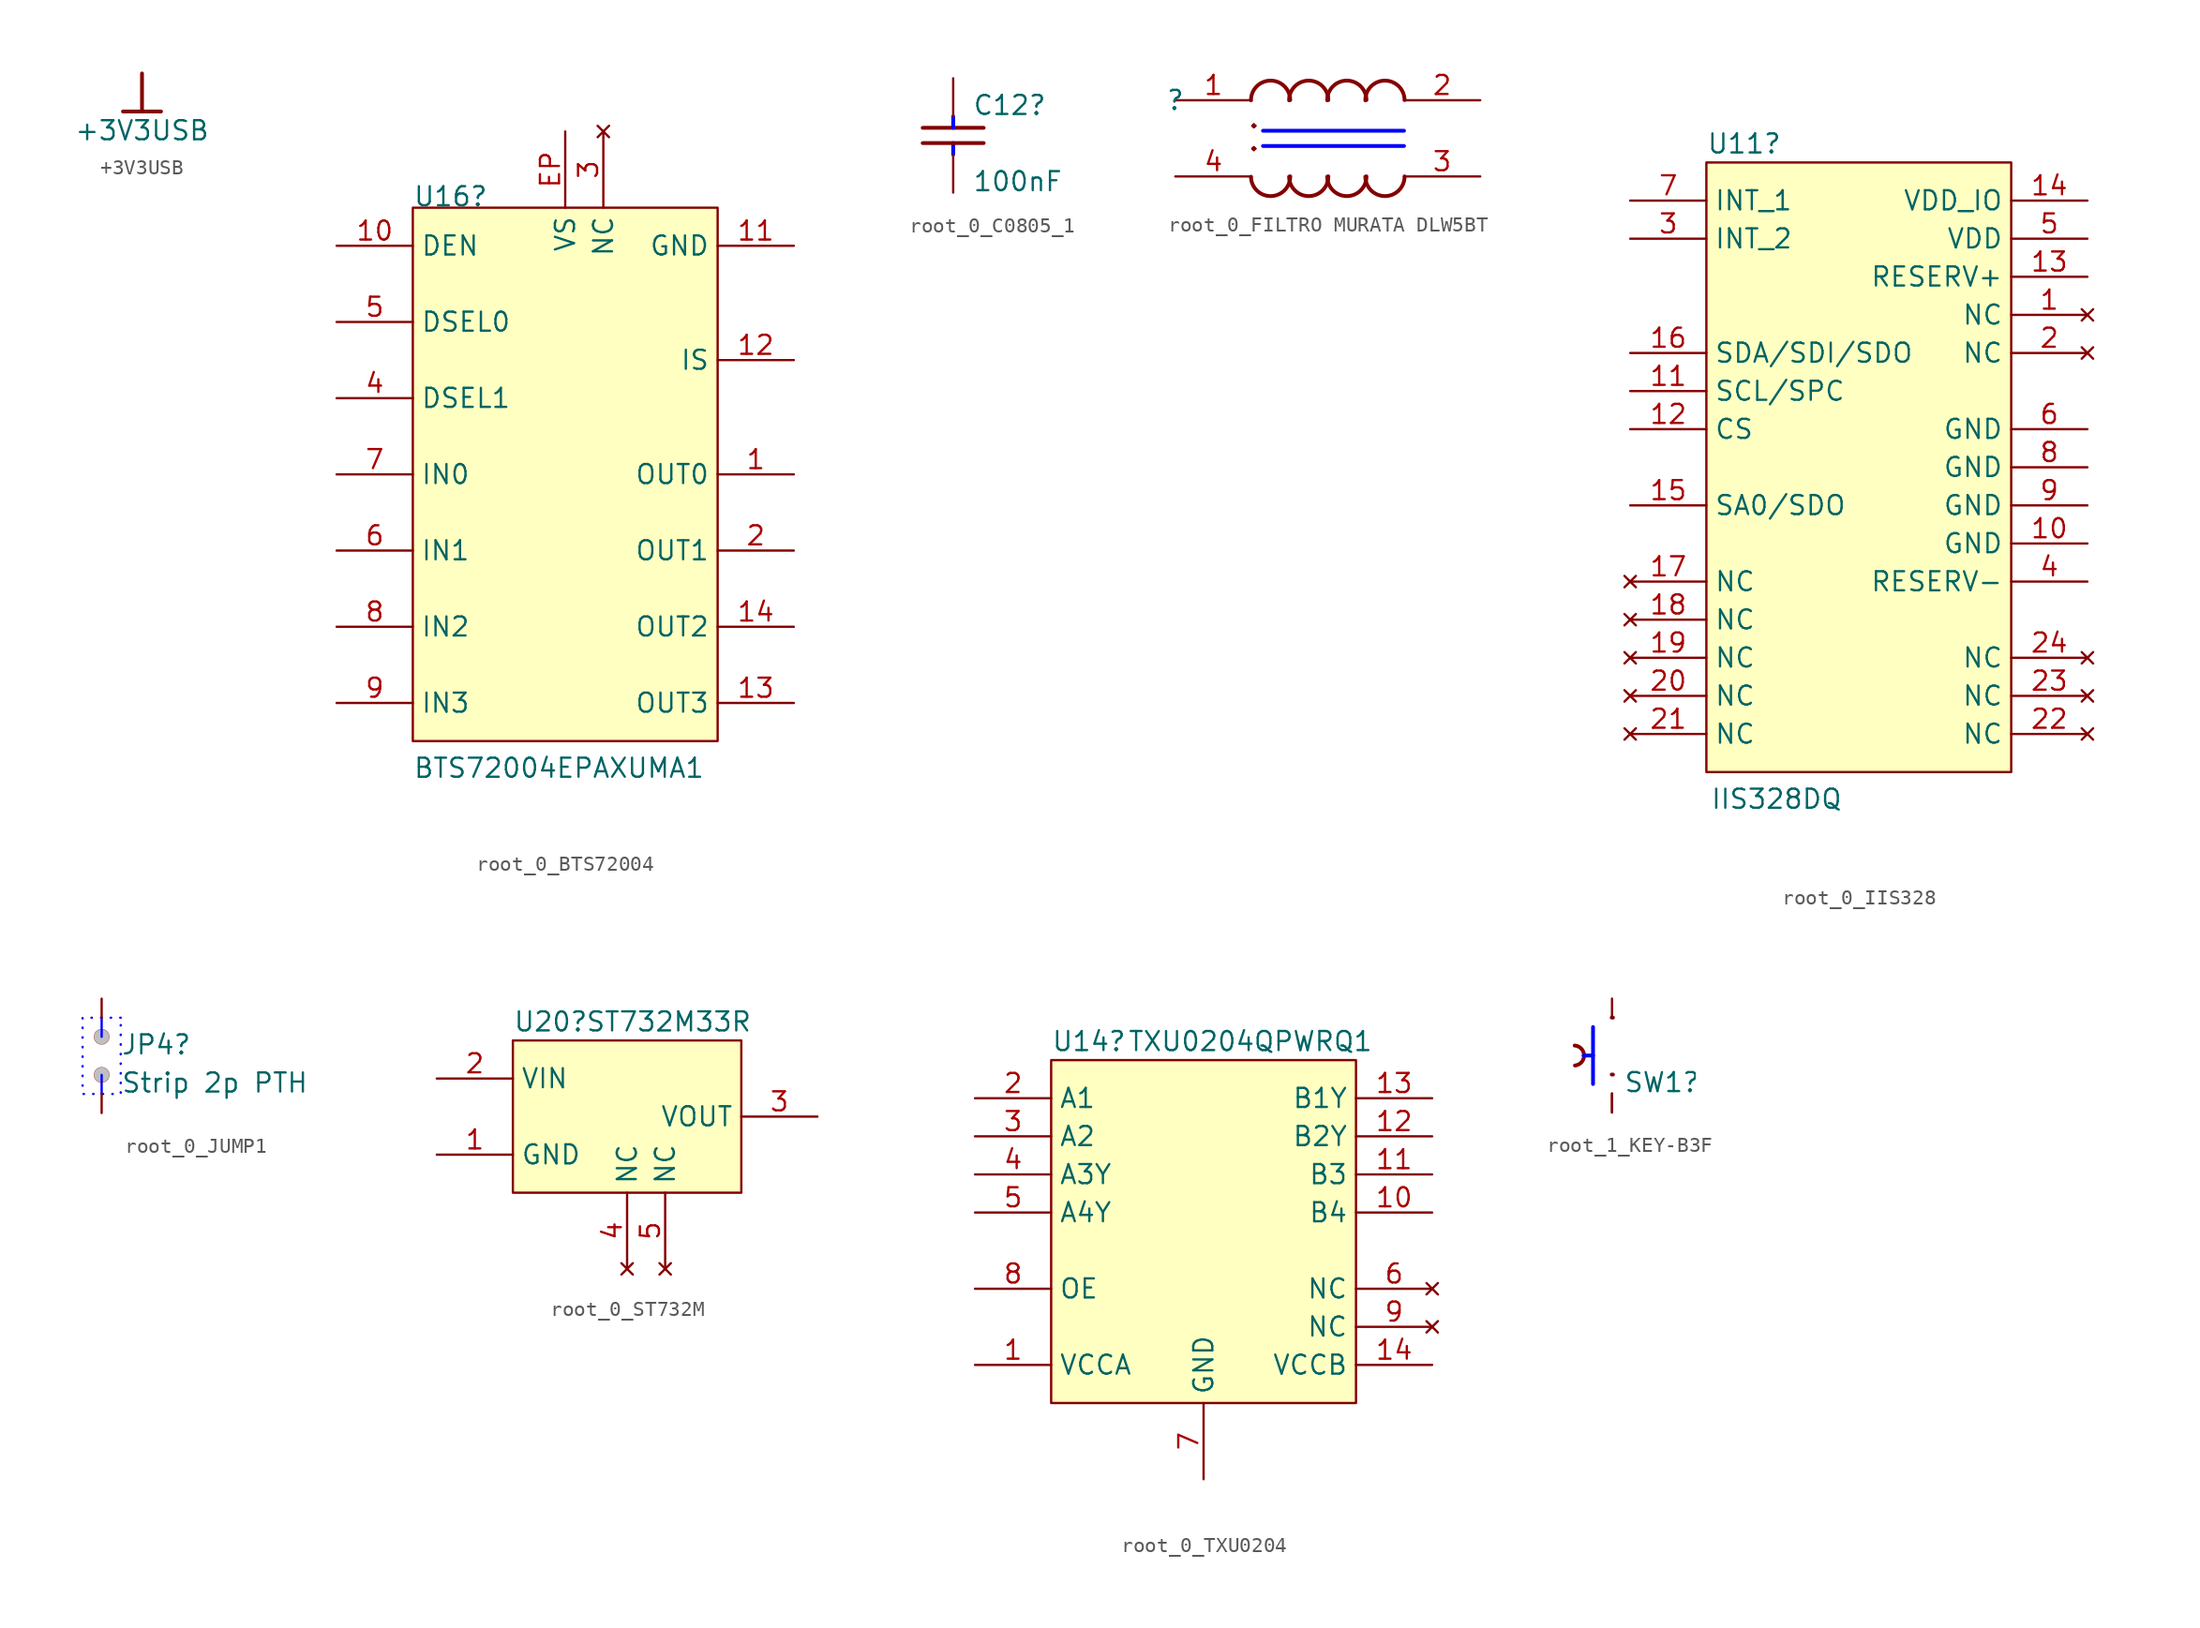
<source format=kicad_sym>
(kicad_symbol_lib
  (version 20220914)
  (generator kicad_symbol_editor)
  (symbol "+3V3USB"
    (power)
    (property "Reference" "#PWR02"
      (at 0 2.54 0)
      (effects (font (size 1.27 1.27)) hide))
    (property "Value" "+3V3USB"
      (at 0 -3.81 0)
      (effects (font (size 1.27 1.27))))
    (symbol "+3V3USB_0_0"
      (polyline (pts (xy -1.27 -2.54) (xy 1.27 -2.54)) (stroke (width 0.254) (type solid)) (fill (type none)))
      (polyline (pts (xy 0 0) (xy 0 -2.54)) (stroke (width 0.254) (type solid)) (fill (type none)))
      (pin power_in line (at 0 0 0) (length 0) hide (name "+3V3USB" (effects (font (size 1.27 1.27)))) (number "" (effects (font (size 1.27 1.27)))))))
  (symbol "root_0_BTS72004"
    (property "Reference" "U16"
      (at 0 0 0)
      (effects (font (size 1.27 1.27)) (justify left bottom)))
    (property "Value" "BTS72004EPAXUMA1"
      (at 0 -38.1 0)
      (effects (font (size 1.27 1.27)) (justify left bottom)))
    (symbol "root_0_BTS72004_1_0"
      (rectangle (start 20.32 0) (end 0 -35.56) (stroke (width 0) (type solid)) (fill (type background)))
      (pin passive line (at 25.4 -17.78 180) (length 5.08) (name "OUT0" (effects (font (size 1.27 1.27)))) (number "1" (effects (font (size 1.27 1.27)))))
      (pin passive line (at -5.08 -2.54 0) (length 5.08) (name "DEN" (effects (font (size 1.27 1.27)))) (number "10" (effects (font (size 1.27 1.27)))))
      (pin power_in line (at 25.4 -2.54 180) (length 5.08) (name "GND" (effects (font (size 1.27 1.27)))) (number "11" (effects (font (size 1.27 1.27)))))
      (pin passive line (at 25.4 -10.16 180) (length 5.08) (name "IS" (effects (font (size 1.27 1.27)))) (number "12" (effects (font (size 1.27 1.27)))))
      (pin passive line (at 25.4 -33.02 180) (length 5.08) (name "OUT3" (effects (font (size 1.27 1.27)))) (number "13" (effects (font (size 1.27 1.27)))))
      (pin passive line (at 25.4 -27.94 180) (length 5.08) (name "OUT2" (effects (font (size 1.27 1.27)))) (number "14" (effects (font (size 1.27 1.27)))))
      (pin passive line (at 25.4 -22.86 180) (length 5.08) (name "OUT1" (effects (font (size 1.27 1.27)))) (number "2" (effects (font (size 1.27 1.27)))))
      (pin no_connect line (at 12.7 5.08 270) (length 5.08) (name "NC" (effects (font (size 1.27 1.27)))) (number "3" (effects (font (size 1.27 1.27)))))
      (pin passive line (at -5.08 -12.7 0) (length 5.08) (name "DSEL1" (effects (font (size 1.27 1.27)))) (number "4" (effects (font (size 1.27 1.27)))))
      (pin passive line (at -5.08 -7.62 0) (length 5.08) (name "DSEL0" (effects (font (size 1.27 1.27)))) (number "5" (effects (font (size 1.27 1.27)))))
      (pin passive line (at -5.08 -22.86 0) (length 5.08) (name "IN1" (effects (font (size 1.27 1.27)))) (number "6" (effects (font (size 1.27 1.27)))))
      (pin passive line (at -5.08 -17.78 0) (length 5.08) (name "IN0" (effects (font (size 1.27 1.27)))) (number "7" (effects (font (size 1.27 1.27)))))
      (pin passive line (at -5.08 -27.94 0) (length 5.08) (name "IN2" (effects (font (size 1.27 1.27)))) (number "8" (effects (font (size 1.27 1.27)))))
      (pin passive line (at -5.08 -33.02 0) (length 5.08) (name "IN3" (effects (font (size 1.27 1.27)))) (number "9" (effects (font (size 1.27 1.27)))))
      (pin power_in line (at 10.16 5.08 270) (length 5.08) (name "VS" (effects (font (size 1.27 1.27)))) (number "EP" (effects (font (size 1.27 1.27)))))))
  (symbol "root_0_C0805_1"
    (property "Reference" "C12"
      (at 1.27 0 0)
      (effects (font (size 1.27 1.27)) (justify left bottom)))
    (property "Value" "100nF"
      (at 1.27 -5.08 0)
      (effects (font (size 1.27 1.27)) (justify left bottom)))
    (symbol "root_0_C0805_1_1_0"
      (polyline (pts (xy -2.032 -0.762) (xy 2.032 -0.762)) (stroke (width 0.254) (type solid)) (fill (type none)))
      (polyline (pts (xy 0 -2.54) (xy 0 -1.778)) (stroke (width 0.254) (type solid) (color 0 0 255 1)) (fill (type none)))
      (polyline (pts (xy 0 0) (xy 0 -0.762)) (stroke (width 0.254) (type solid) (color 0 0 255 1)) (fill (type none)))
      (polyline (pts (xy 2.032 -1.778) (xy -2.032 -1.778)) (stroke (width 0.254) (type solid)) (fill (type none)))
      (pin passive line (at 0 2.54 270) (length 2.54) (name "1" (effects (font (size 0 0)))) (number "1" (effects (font (size 0 0)))))
      (pin passive line (at 0 -5.08 90) (length 2.54) (name "2" (effects (font (size 0 0)))) (number "2" (effects (font (size 0 0)))))))
  (symbol "root_0_FILTRO MURATA DLW5BT"
    (property "Reference" ""
      (at 0 0 0)
      (effects (font (size 1.27 1.27))))
    (property "Value" ""
      (at 0 0 0)
      (effects (font (size 1.27 1.27))))
    (symbol "root_0_FILTRO MURATA DLW5BT_1_0"
      (polyline (pts (xy 5.842 -3.048) (xy 15.24 -3.048)) (stroke (width 0.254) (type solid) (color 0 0 255 1)) (fill (type none)))
      (polyline (pts (xy 5.842 -2.032) (xy 15.24 -2.032)) (stroke (width 0.254) (type solid) (color 0 0 255 1)) (fill (type none)))
      (arc (start 5.0421 -5.0955) (mid 6.3606 -6.3879) (end 7.658 -5.0743) (stroke (width 0.254) (type solid)) (fill (type none)))
      (arc (start 7.5821 -5.0955) (mid 8.9006 -6.3879) (end 10.198 -5.0743) (stroke (width 0.254) (type solid)) (fill (type none)))
      (arc (start 7.6579 0.0155) (mid 6.3394 1.3079) (end 5.042 -0.0057) (stroke (width 0.254) (type solid)) (fill (type none)))
      (arc (start 10.1221 -5.0955) (mid 11.4406 -6.3879) (end 12.738 -5.0743) (stroke (width 0.254) (type solid)) (fill (type none)))
      (arc (start 10.1979 0.0155) (mid 8.8794 1.3079) (end 7.582 -0.0057) (stroke (width 0.254) (type solid)) (fill (type none)))
      (arc (start 12.6621 -5.0955) (mid 13.9806 -6.3879) (end 15.278 -5.0743) (stroke (width 0.254) (type solid)) (fill (type none)))
      (arc (start 12.7379 0.0155) (mid 11.4194 1.3079) (end 10.122 -0.0057) (stroke (width 0.254) (type solid)) (fill (type none)))
      (arc (start 15.2779 0.0155) (mid 13.9594 1.3079) (end 12.662 -0.0057) (stroke (width 0.254) (type solid)) (fill (type none)))
      (text "." (at 5.588 -3.81 900) (effects (font (size 2.032 2.032)) (justify left bottom)))
      (text "." (at 5.588 -2.286 900) (effects (font (size 2.032 2.032)) (justify left bottom)))
      (pin passive line (at 0 0 0) (length 5.08) (name "1" (effects (font (size 0 0)))) (number "1" (effects (font (size 1.27 1.27)))))
      (pin passive line (at 20.32 0 180) (length 5.08) (name "2" (effects (font (size 0 0)))) (number "2" (effects (font (size 1.27 1.27)))))
      (pin passive line (at 20.32 -5.08 180) (length 5.08) (name "3" (effects (font (size 0 0)))) (number "3" (effects (font (size 1.27 1.27)))))
      (pin passive line (at 0 -5.08 0) (length 5.08) (name "4" (effects (font (size 0 0)))) (number "4" (effects (font (size 1.27 1.27)))))))
  (symbol "root_0_IIS328"
    (property "Reference" "U11"
      (at 0 0.508 0)
      (effects (font (size 1.27 1.27)) (justify left bottom)))
    (property "Value" "IIS328DQ"
      (at 0.254 -43.18 0)
      (effects (font (size 1.27 1.27)) (justify left bottom)))
    (symbol "root_0_IIS328_1_0"
      (rectangle (start 0 0) (end 20.32 -40.64) (stroke (width 0) (type solid)) (fill (type background)))
      (pin no_connect line (at 25.4 -10.16 180) (length 5.08) (name "NC" (effects (font (size 1.27 1.27)))) (number "1" (effects (font (size 1.27 1.27)))))
      (pin power_in line (at 25.4 -25.4 180) (length 5.08) (name "GND" (effects (font (size 1.27 1.27)))) (number "10" (effects (font (size 1.27 1.27)))))
      (pin passive line (at -5.08 -15.24 0) (length 5.08) (name "SCL/SPC" (effects (font (size 1.27 1.27)))) (number "11" (effects (font (size 1.27 1.27)))))
      (pin passive line (at -5.08 -17.78 0) (length 5.08) (name "CS" (effects (font (size 1.27 1.27)))) (number "12" (effects (font (size 1.27 1.27)))))
      (pin passive line (at 25.4 -7.62 180) (length 5.08) (name "RESERV+" (effects (font (size 1.27 1.27)))) (number "13" (effects (font (size 1.27 1.27)))))
      (pin passive line (at 25.4 -2.54 180) (length 5.08) (name "VDD_IO" (effects (font (size 1.27 1.27)))) (number "14" (effects (font (size 1.27 1.27)))))
      (pin passive line (at -5.08 -22.86 0) (length 5.08) (name "SA0/SDO" (effects (font (size 1.27 1.27)))) (number "15" (effects (font (size 1.27 1.27)))))
      (pin passive line (at -5.08 -12.7 0) (length 5.08) (name "SDA/SDI/SDO" (effects (font (size 1.27 1.27)))) (number "16" (effects (font (size 1.27 1.27)))))
      (pin no_connect line (at -5.08 -27.94 0) (length 5.08) (name "NC" (effects (font (size 1.27 1.27)))) (number "17" (effects (font (size 1.27 1.27)))))
      (pin no_connect line (at -5.08 -30.48 0) (length 5.08) (name "NC" (effects (font (size 1.27 1.27)))) (number "18" (effects (font (size 1.27 1.27)))))
      (pin no_connect line (at -5.08 -33.02 0) (length 5.08) (name "NC" (effects (font (size 1.27 1.27)))) (number "19" (effects (font (size 1.27 1.27)))))
      (pin no_connect line (at 25.4 -12.7 180) (length 5.08) (name "NC" (effects (font (size 1.27 1.27)))) (number "2" (effects (font (size 1.27 1.27)))))
      (pin no_connect line (at -5.08 -35.56 0) (length 5.08) (name "NC" (effects (font (size 1.27 1.27)))) (number "20" (effects (font (size 1.27 1.27)))))
      (pin no_connect line (at -5.08 -38.1 0) (length 5.08) (name "NC" (effects (font (size 1.27 1.27)))) (number "21" (effects (font (size 1.27 1.27)))))
      (pin no_connect line (at 25.4 -38.1 180) (length 5.08) (name "NC" (effects (font (size 1.27 1.27)))) (number "22" (effects (font (size 1.27 1.27)))))
      (pin no_connect line (at 25.4 -35.56 180) (length 5.08) (name "NC" (effects (font (size 1.27 1.27)))) (number "23" (effects (font (size 1.27 1.27)))))
      (pin no_connect line (at 25.4 -33.02 180) (length 5.08) (name "NC" (effects (font (size 1.27 1.27)))) (number "24" (effects (font (size 1.27 1.27)))))
      (pin passive line (at -5.08 -5.08 0) (length 5.08) (name "INT_2" (effects (font (size 1.27 1.27)))) (number "3" (effects (font (size 1.27 1.27)))))
      (pin passive line (at 25.4 -27.94 180) (length 5.08) (name "RESERV-" (effects (font (size 1.27 1.27)))) (number "4" (effects (font (size 1.27 1.27)))))
      (pin passive line (at 25.4 -5.08 180) (length 5.08) (name "VDD" (effects (font (size 1.27 1.27)))) (number "5" (effects (font (size 1.27 1.27)))))
      (pin power_in line (at 25.4 -17.78 180) (length 5.08) (name "GND" (effects (font (size 1.27 1.27)))) (number "6" (effects (font (size 1.27 1.27)))))
      (pin passive line (at -5.08 -2.54 0) (length 5.08) (name "INT_1" (effects (font (size 1.27 1.27)))) (number "7" (effects (font (size 1.27 1.27)))))
      (pin power_in line (at 25.4 -20.32 180) (length 5.08) (name "GND" (effects (font (size 1.27 1.27)))) (number "8" (effects (font (size 1.27 1.27)))))
      (pin power_in line (at 25.4 -22.86 180) (length 5.08) (name "GND" (effects (font (size 1.27 1.27)))) (number "9" (effects (font (size 1.27 1.27)))))))
  (symbol "root_0_JUMP1"
    (property "Reference" "JP4"
      (at 2.54 -2.54 0)
      (effects (font (size 1.27 1.27)) (justify left bottom)))
    (property "Value" "Strip 2p PTH"
      (at 2.54 -5.08 0)
      (effects (font (size 1.27 1.27)) (justify left bottom)))
    (symbol "root_0_JUMP1_1_0"
      (polyline (pts (xy 1.27 -3.81) (xy 1.27 -5.08)) (stroke (width 0) (type solid) (color 0 0 255 1)) (fill (type none)))
      (polyline (pts (xy 1.27 -1.27) (xy 1.27 0)) (stroke (width 0) (type solid) (color 0 0 255 1)) (fill (type none)))
      (polyline (pts (xy 2.54 0) (xy 0 0) (xy 0 -5.08) (xy 2.54 -5.08) (xy 2.54 0)) (stroke (width 0) (type dot) (color 0 0 255 1)) (fill (type none)))
      (circle (center 1.27 -3.81) (radius 0.508) (stroke (width 0.0001) (type solid)) (fill (type color) (color 192 192 192 1)))
      (circle (center 1.27 -1.27) (radius 0.508) (stroke (width 0.0001) (type solid)) (fill (type color) (color 192 192 192 1)))
      (pin passive line (at 1.27 1.27 270) (length 1.27) (name "" (effects (font (size 0 0)))) (number "1" (effects (font (size 0 0)))))
      (pin passive line (at 1.27 -6.35 90) (length 1.27) (name "" (effects (font (size 0 0)))) (number "2" (effects (font (size 0 0)))))))
  (symbol "root_0_ST732M"
    (property "Reference" "U20"
      (at 0 0.508 0)
      (effects (font (size 1.27 1.27)) (justify left bottom)))
    (property "Value" "ST732M33R"
      (at 4.826 0.508 0)
      (effects (font (size 1.27 1.27)) (justify left bottom)))
    (symbol "root_0_ST732M_1_0"
      (rectangle (start 0 0) (end 15.24 -10.16) (stroke (width 0) (type solid)) (fill (type background)))
      (pin power_in line (at -5.08 -7.62 0) (length 5.08) (name "GND" (effects (font (size 1.27 1.27)))) (number "1" (effects (font (size 1.27 1.27)))))
      (pin passive line (at -5.08 -2.54 0) (length 5.08) (name "VIN" (effects (font (size 1.27 1.27)))) (number "2" (effects (font (size 1.27 1.27)))))
      (pin passive line (at 20.32 -5.08 180) (length 5.08) (name "VOUT" (effects (font (size 1.27 1.27)))) (number "3" (effects (font (size 1.27 1.27)))))
      (pin no_connect line (at 7.62 -15.24 90) (length 5.08) (name "NC" (effects (font (size 1.27 1.27)))) (number "4" (effects (font (size 1.27 1.27)))))
      (pin no_connect line (at 10.16 -15.24 90) (length 5.08) (name "NC" (effects (font (size 1.27 1.27)))) (number "5" (effects (font (size 1.27 1.27)))))))
  (symbol "root_0_TXU0204"
    (property "Reference" "U14"
      (at 0 0.508 0)
      (effects (font (size 1.27 1.27)) (justify left bottom)))
    (property "Value" "TXU0204QPWRQ1"
      (at 5.08 0.508 0)
      (effects (font (size 1.27 1.27)) (justify left bottom)))
    (symbol "root_0_TXU0204_1_0"
      (rectangle (start 20.32 0) (end 0 -22.86) (stroke (width 0) (type solid)) (fill (type background)))
      (pin power_in line (at -5.08 -20.32 0) (length 5.08) (name "VCCA" (effects (font (size 1.27 1.27)))) (number "1" (effects (font (size 1.27 1.27)))))
      (pin input line (at 25.4 -10.16 180) (length 5.08) (name "B4" (effects (font (size 1.27 1.27)))) (number "10" (effects (font (size 1.27 1.27)))))
      (pin input line (at 25.4 -7.62 180) (length 5.08) (name "B3" (effects (font (size 1.27 1.27)))) (number "11" (effects (font (size 1.27 1.27)))))
      (pin output line (at 25.4 -5.08 180) (length 5.08) (name "B2Y" (effects (font (size 1.27 1.27)))) (number "12" (effects (font (size 1.27 1.27)))))
      (pin output line (at 25.4 -2.54 180) (length 5.08) (name "B1Y" (effects (font (size 1.27 1.27)))) (number "13" (effects (font (size 1.27 1.27)))))
      (pin power_in line (at 25.4 -20.32 180) (length 5.08) (name "VCCB" (effects (font (size 1.27 1.27)))) (number "14" (effects (font (size 1.27 1.27)))))
      (pin input line (at -5.08 -2.54 0) (length 5.08) (name "A1" (effects (font (size 1.27 1.27)))) (number "2" (effects (font (size 1.27 1.27)))))
      (pin input line (at -5.08 -5.08 0) (length 5.08) (name "A2" (effects (font (size 1.27 1.27)))) (number "3" (effects (font (size 1.27 1.27)))))
      (pin output line (at -5.08 -7.62 0) (length 5.08) (name "A3Y" (effects (font (size 1.27 1.27)))) (number "4" (effects (font (size 1.27 1.27)))))
      (pin output line (at -5.08 -10.16 0) (length 5.08) (name "A4Y" (effects (font (size 1.27 1.27)))) (number "5" (effects (font (size 1.27 1.27)))))
      (pin no_connect line (at 25.4 -15.24 180) (length 5.08) (name "NC" (effects (font (size 1.27 1.27)))) (number "6" (effects (font (size 1.27 1.27)))))
      (pin power_in line (at 10.16 -27.94 90) (length 5.08) (name "GND" (effects (font (size 1.27 1.27)))) (number "7" (effects (font (size 1.27 1.27)))))
      (pin input line (at -5.08 -15.24 0) (length 5.08) (name "OE" (effects (font (size 1.27 1.27)))) (number "8" (effects (font (size 1.27 1.27)))))
      (pin no_connect line (at 25.4 -17.78 180) (length 5.08) (name "NC" (effects (font (size 1.27 1.27)))) (number "9" (effects (font (size 1.27 1.27)))))))
  (symbol "root_1_KEY-B3F"
    (property "Reference" "SW1"
      (at 0.762 0 0)
      (effects (font (size 1.27 1.27)) (justify left bottom)))
    (symbol "root_1_KEY-B3F_1_0"
      (arc (start -2.4805 1.8727) (mid -1.8701 2.5495) (end -2.4995 3.2088) (stroke (width 0.254) (type solid)) (fill (type none)))
      (polyline (pts (xy -1.905 2.54) (xy -1.27 2.54)) (stroke (width 0.254) (type solid) (color 0 0 255 1)) (fill (type none)))
      (polyline (pts (xy -1.27 0.635) (xy -1.27 4.445)) (stroke (width 0.254) (type solid) (color 0 0 255 1)) (fill (type none)))
      (arc (start 0.0632 1.2668) (mid 0.0217 1.2696) (end -0.0198 1.2697) (stroke (width 0.254) (type solid)) (fill (type none)))
      (arc (start 0.0632 5.0768) (mid 0.0217 5.0796) (end -0.0198 5.0797) (stroke (width 0.254) (type solid)) (fill (type none)))
      (pin passive line (at 0 -1.27 90) (length 1.27) (name "" (effects (font (size 1.27 1.27)))) (number "1" (effects (font (size 0 0)))))
      (pin passive line (at 0 -1.27 90) (length 1.27) (name "" (effects (font (size 1.27 1.27)))) (number "2" (effects (font (size 0 0)))))
      (pin passive line (at 0 6.35 270) (length 1.27) (name "" (effects (font (size 1.27 1.27)))) (number "3" (effects (font (size 0 0)))))
      (pin no_connect line (at 0 6.35 270) (length 1.27) hide (name "" (effects (font (size 1.27 1.27)))) (number "4" (effects (font (size 0 0))))))))
</source>
